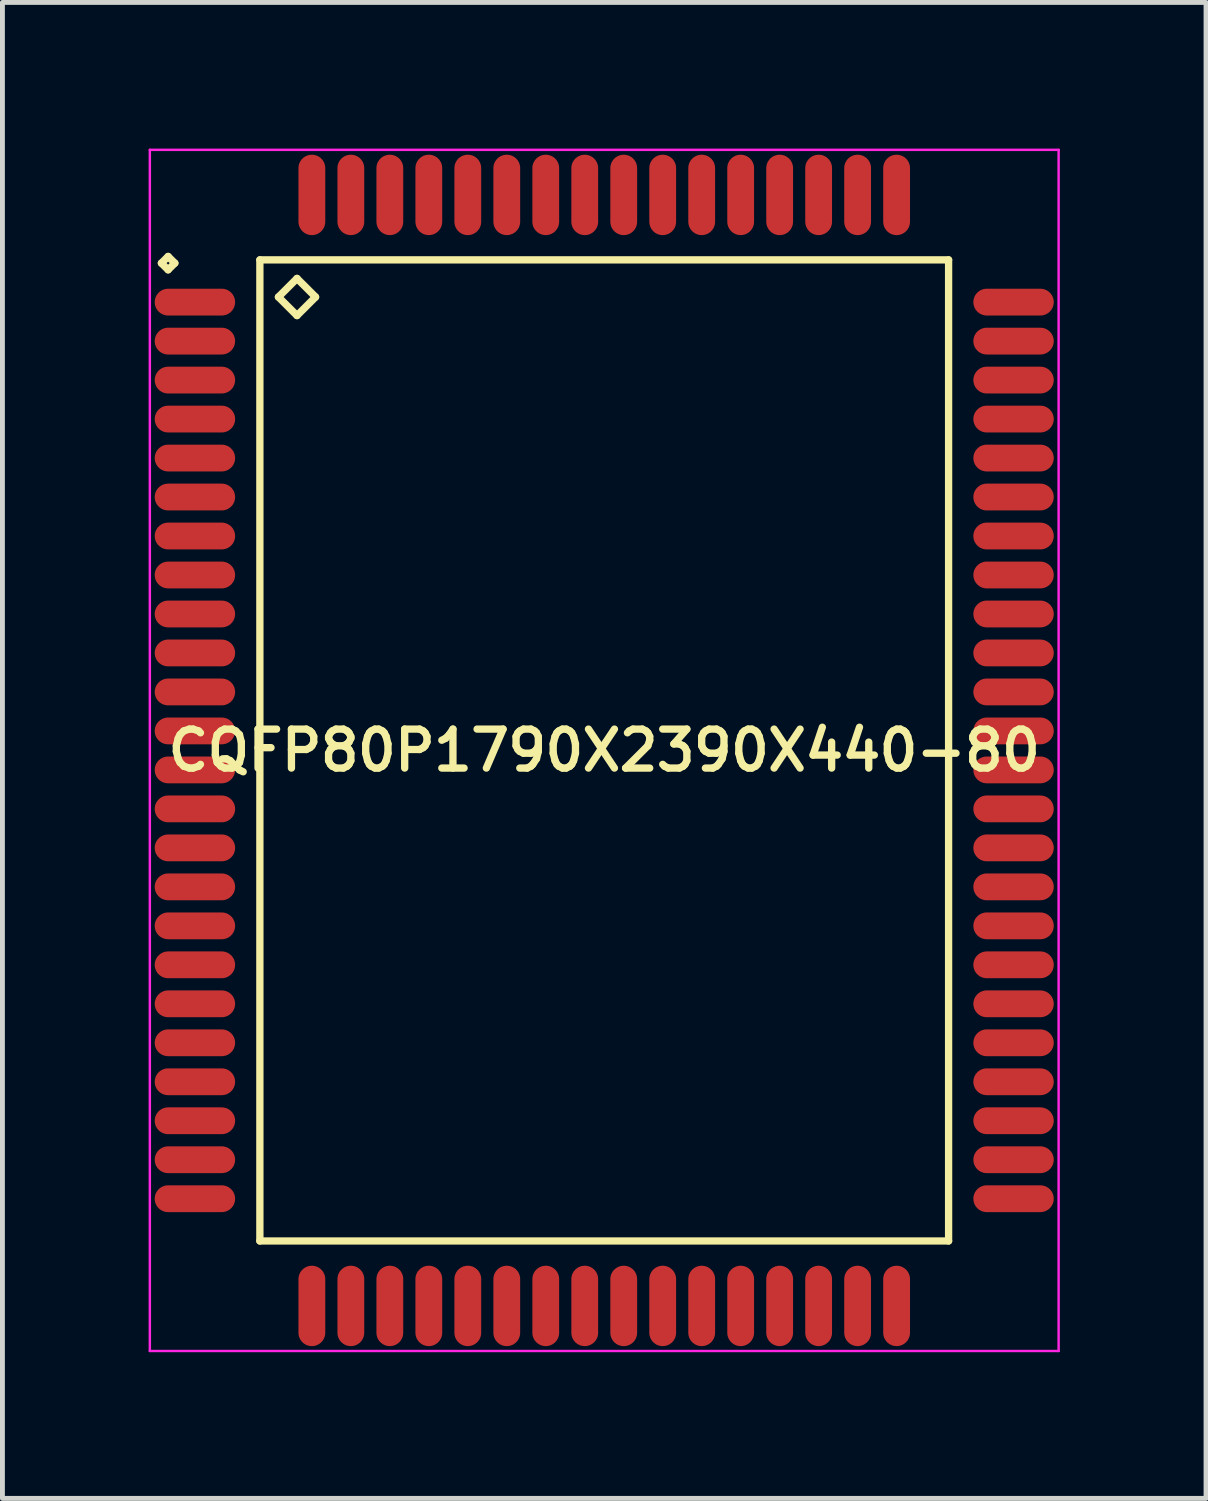
<source format=kicad_pcb>
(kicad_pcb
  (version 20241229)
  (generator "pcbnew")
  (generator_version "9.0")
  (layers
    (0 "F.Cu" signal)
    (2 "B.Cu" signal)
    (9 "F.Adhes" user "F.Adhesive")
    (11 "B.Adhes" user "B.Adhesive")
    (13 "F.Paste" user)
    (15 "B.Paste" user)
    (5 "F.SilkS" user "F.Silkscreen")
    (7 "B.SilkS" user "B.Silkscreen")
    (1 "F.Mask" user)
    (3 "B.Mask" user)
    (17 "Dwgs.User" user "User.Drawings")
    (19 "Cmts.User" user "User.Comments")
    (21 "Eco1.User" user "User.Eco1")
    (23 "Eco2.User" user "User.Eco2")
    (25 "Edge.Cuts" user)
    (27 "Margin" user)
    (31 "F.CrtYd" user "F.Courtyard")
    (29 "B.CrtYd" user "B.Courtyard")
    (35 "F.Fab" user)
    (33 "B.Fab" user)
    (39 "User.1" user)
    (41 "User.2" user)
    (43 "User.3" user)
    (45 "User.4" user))
  (footprint "CQFP80P1790X2390X440-80"
    (layer "F.Cu")
    (at 9.35 12.35)
    (property "Reference" "CQFP80P1790X2390X440-80" (at 0 0 0) (layer "F.SilkS") (effects (font (size 0.8 0.8) (thickness 0.15))))
    (attr smd)
    (fp_line (start -9.088 -10) (end -8.95 -10.137) (stroke (width 0.15) (type solid)) (layer "F.SilkS"))
    (fp_line (start -8.95 -10.137) (end -8.812 -10) (stroke (width 0.15) (type solid)) (layer "F.SilkS"))
    (fp_line (start -8.95 -9.863) (end -9.088 -10) (stroke (width 0.15) (type solid)) (layer "F.SilkS"))
    (fp_line (start -8.812 -10) (end -8.95 -9.863) (stroke (width 0.15) (type solid)) (layer "F.SilkS"))
    (fp_line (start -7.067 -10.067) (end -7.067 10.067) (stroke (width 0.15) (type solid)) (layer "F.SilkS"))
    (fp_line (start -7.067 10.067) (end 7.067 10.067) (stroke (width 0.15) (type solid)) (layer "F.SilkS"))
    (fp_line (start -6.686 -9.305) (end -6.305 -9.686) (stroke (width 0.15) (type solid)) (layer "F.SilkS"))
    (fp_line (start -6.305 -9.686) (end -5.924 -9.305) (stroke (width 0.15) (type solid)) (layer "F.SilkS"))
    (fp_line (start -6.305 -8.924) (end -6.686 -9.305) (stroke (width 0.15) (type solid)) (layer "F.SilkS"))
    (fp_line (start -5.924 -9.305) (end -6.305 -8.924) (stroke (width 0.15) (type solid)) (layer "F.SilkS"))
    (fp_line (start 7.067 -10.067) (end -7.067 -10.067) (stroke (width 0.15) (type solid)) (layer "F.SilkS"))
    (fp_line (start 7.067 10.067) (end 7.067 -10.067) (stroke (width 0.15) (type solid)) (layer "F.SilkS"))
    (fp_line (start -9.325 -12.325) (end 9.325 -12.325) (stroke (width 0.05) (type solid)) (layer "F.CrtYd"))
    (fp_line (start -9.325 12.325) (end -9.325 -12.325) (stroke (width 0.05) (type solid)) (layer "F.CrtYd"))
    (fp_line (start 9.325 -12.325) (end 9.325 12.325) (stroke (width 0.05) (type solid)) (layer "F.CrtYd"))
    (fp_line (start 9.325 12.325) (end -9.325 12.325) (stroke (width 0.05) (type solid)) (layer "F.CrtYd"))
    (pad "1" smd oval (at -8.4 -9.2) (size 1.65 0.55) (layers "F.Cu" "F.Mask" "F.Paste"))
    (pad "2" smd oval (at -8.4 -8.4) (size 1.65 0.55) (layers "F.Cu" "F.Mask" "F.Paste"))
    (pad "3" smd oval (at -8.4 -7.6) (size 1.65 0.55) (layers "F.Cu" "F.Mask" "F.Paste"))
    (pad "4" smd oval (at -8.4 -6.8) (size 1.65 0.55) (layers "F.Cu" "F.Mask" "F.Paste"))
    (pad "5" smd oval (at -8.4 -6) (size 1.65 0.55) (layers "F.Cu" "F.Mask" "F.Paste"))
    (pad "6" smd oval (at -8.4 -5.2) (size 1.65 0.55) (layers "F.Cu" "F.Mask" "F.Paste"))
    (pad "7" smd oval (at -8.4 -4.4) (size 1.65 0.55) (layers "F.Cu" "F.Mask" "F.Paste"))
    (pad "8" smd oval (at -8.4 -3.6) (size 1.65 0.55) (layers "F.Cu" "F.Mask" "F.Paste"))
    (pad "9" smd oval (at -8.4 -2.8) (size 1.65 0.55) (layers "F.Cu" "F.Mask" "F.Paste"))
    (pad "10" smd oval (at -8.4 -2) (size 1.65 0.55) (layers "F.Cu" "F.Mask" "F.Paste"))
    (pad "11" smd oval (at -8.4 -1.2) (size 1.65 0.55) (layers "F.Cu" "F.Mask" "F.Paste"))
    (pad "12" smd oval (at -8.4 -0.4) (size 1.65 0.55) (layers "F.Cu" "F.Mask" "F.Paste"))
    (pad "13" smd oval (at -8.4 0.4) (size 1.65 0.55) (layers "F.Cu" "F.Mask" "F.Paste"))
    (pad "14" smd oval (at -8.4 1.2) (size 1.65 0.55) (layers "F.Cu" "F.Mask" "F.Paste"))
    (pad "15" smd oval (at -8.4 2) (size 1.65 0.55) (layers "F.Cu" "F.Mask" "F.Paste"))
    (pad "16" smd oval (at -8.4 2.8) (size 1.65 0.55) (layers "F.Cu" "F.Mask" "F.Paste"))
    (pad "17" smd oval (at -8.4 3.6) (size 1.65 0.55) (layers "F.Cu" "F.Mask" "F.Paste"))
    (pad "18" smd oval (at -8.4 4.4) (size 1.65 0.55) (layers "F.Cu" "F.Mask" "F.Paste"))
    (pad "19" smd oval (at -8.4 5.2) (size 1.65 0.55) (layers "F.Cu" "F.Mask" "F.Paste"))
    (pad "20" smd oval (at -8.4 6) (size 1.65 0.55) (layers "F.Cu" "F.Mask" "F.Paste"))
    (pad "21" smd oval (at -8.4 6.8) (size 1.65 0.55) (layers "F.Cu" "F.Mask" "F.Paste"))
    (pad "22" smd oval (at -8.4 7.6) (size 1.65 0.55) (layers "F.Cu" "F.Mask" "F.Paste"))
    (pad "23" smd oval (at -8.4 8.4) (size 1.65 0.55) (layers "F.Cu" "F.Mask" "F.Paste"))
    (pad "24" smd oval (at -8.4 9.2) (size 1.65 0.55) (layers "F.Cu" "F.Mask" "F.Paste"))
    (pad "25" smd oval (at -6 11.4) (size 0.55 1.65) (layers "F.Cu" "F.Mask" "F.Paste"))
    (pad "26" smd oval (at -5.2 11.4) (size 0.55 1.65) (layers "F.Cu" "F.Mask" "F.Paste"))
    (pad "27" smd oval (at -4.4 11.4) (size 0.55 1.65) (layers "F.Cu" "F.Mask" "F.Paste"))
    (pad "28" smd oval (at -3.6 11.4) (size 0.55 1.65) (layers "F.Cu" "F.Mask" "F.Paste"))
    (pad "29" smd oval (at -2.8 11.4) (size 0.55 1.65) (layers "F.Cu" "F.Mask" "F.Paste"))
    (pad "30" smd oval (at -2 11.4) (size 0.55 1.65) (layers "F.Cu" "F.Mask" "F.Paste"))
    (pad "31" smd oval (at -1.2 11.4) (size 0.55 1.65) (layers "F.Cu" "F.Mask" "F.Paste"))
    (pad "32" smd oval (at -0.4 11.4) (size 0.55 1.65) (layers "F.Cu" "F.Mask" "F.Paste"))
    (pad "33" smd oval (at 0.4 11.4) (size 0.55 1.65) (layers "F.Cu" "F.Mask" "F.Paste"))
    (pad "34" smd oval (at 1.2 11.4) (size 0.55 1.65) (layers "F.Cu" "F.Mask" "F.Paste"))
    (pad "35" smd oval (at 2 11.4) (size 0.55 1.65) (layers "F.Cu" "F.Mask" "F.Paste"))
    (pad "36" smd oval (at 2.8 11.4) (size 0.55 1.65) (layers "F.Cu" "F.Mask" "F.Paste"))
    (pad "37" smd oval (at 3.6 11.4) (size 0.55 1.65) (layers "F.Cu" "F.Mask" "F.Paste"))
    (pad "38" smd oval (at 4.4 11.4) (size 0.55 1.65) (layers "F.Cu" "F.Mask" "F.Paste"))
    (pad "39" smd oval (at 5.2 11.4) (size 0.55 1.65) (layers "F.Cu" "F.Mask" "F.Paste"))
    (pad "40" smd oval (at 6 11.4) (size 0.55 1.65) (layers "F.Cu" "F.Mask" "F.Paste"))
    (pad "41" smd oval (at 8.4 9.2) (size 1.65 0.55) (layers "F.Cu" "F.Mask" "F.Paste"))
    (pad "42" smd oval (at 8.4 8.4) (size 1.65 0.55) (layers "F.Cu" "F.Mask" "F.Paste"))
    (pad "43" smd oval (at 8.4 7.6) (size 1.65 0.55) (layers "F.Cu" "F.Mask" "F.Paste"))
    (pad "44" smd oval (at 8.4 6.8) (size 1.65 0.55) (layers "F.Cu" "F.Mask" "F.Paste"))
    (pad "45" smd oval (at 8.4 6) (size 1.65 0.55) (layers "F.Cu" "F.Mask" "F.Paste"))
    (pad "46" smd oval (at 8.4 5.2) (size 1.65 0.55) (layers "F.Cu" "F.Mask" "F.Paste"))
    (pad "47" smd oval (at 8.4 4.4) (size 1.65 0.55) (layers "F.Cu" "F.Mask" "F.Paste"))
    (pad "48" smd oval (at 8.4 3.6) (size 1.65 0.55) (layers "F.Cu" "F.Mask" "F.Paste"))
    (pad "49" smd oval (at 8.4 2.8) (size 1.65 0.55) (layers "F.Cu" "F.Mask" "F.Paste"))
    (pad "50" smd oval (at 8.4 2) (size 1.65 0.55) (layers "F.Cu" "F.Mask" "F.Paste"))
    (pad "51" smd oval (at 8.4 1.2) (size 1.65 0.55) (layers "F.Cu" "F.Mask" "F.Paste"))
    (pad "52" smd oval (at 8.4 0.4) (size 1.65 0.55) (layers "F.Cu" "F.Mask" "F.Paste"))
    (pad "53" smd oval (at 8.4 -0.4) (size 1.65 0.55) (layers "F.Cu" "F.Mask" "F.Paste"))
    (pad "54" smd oval (at 8.4 -1.2) (size 1.65 0.55) (layers "F.Cu" "F.Mask" "F.Paste"))
    (pad "55" smd oval (at 8.4 -2) (size 1.65 0.55) (layers "F.Cu" "F.Mask" "F.Paste"))
    (pad "56" smd oval (at 8.4 -2.8) (size 1.65 0.55) (layers "F.Cu" "F.Mask" "F.Paste"))
    (pad "57" smd oval (at 8.4 -3.6) (size 1.65 0.55) (layers "F.Cu" "F.Mask" "F.Paste"))
    (pad "58" smd oval (at 8.4 -4.4) (size 1.65 0.55) (layers "F.Cu" "F.Mask" "F.Paste"))
    (pad "59" smd oval (at 8.4 -5.2) (size 1.65 0.55) (layers "F.Cu" "F.Mask" "F.Paste"))
    (pad "60" smd oval (at 8.4 -6) (size 1.65 0.55) (layers "F.Cu" "F.Mask" "F.Paste"))
    (pad "61" smd oval (at 8.4 -6.8) (size 1.65 0.55) (layers "F.Cu" "F.Mask" "F.Paste"))
    (pad "62" smd oval (at 8.4 -7.6) (size 1.65 0.55) (layers "F.Cu" "F.Mask" "F.Paste"))
    (pad "63" smd oval (at 8.4 -8.4) (size 1.65 0.55) (layers "F.Cu" "F.Mask" "F.Paste"))
    (pad "64" smd oval (at 8.4 -9.2) (size 1.65 0.55) (layers "F.Cu" "F.Mask" "F.Paste"))
    (pad "65" smd oval (at 6 -11.4) (size 0.55 1.65) (layers "F.Cu" "F.Mask" "F.Paste"))
    (pad "66" smd oval (at 5.2 -11.4) (size 0.55 1.65) (layers "F.Cu" "F.Mask" "F.Paste"))
    (pad "67" smd oval (at 4.4 -11.4) (size 0.55 1.65) (layers "F.Cu" "F.Mask" "F.Paste"))
    (pad "68" smd oval (at 3.6 -11.4) (size 0.55 1.65) (layers "F.Cu" "F.Mask" "F.Paste"))
    (pad "69" smd oval (at 2.8 -11.4) (size 0.55 1.65) (layers "F.Cu" "F.Mask" "F.Paste"))
    (pad "70" smd oval (at 2 -11.4) (size 0.55 1.65) (layers "F.Cu" "F.Mask" "F.Paste"))
    (pad "71" smd oval (at 1.2 -11.4) (size 0.55 1.65) (layers "F.Cu" "F.Mask" "F.Paste"))
    (pad "72" smd oval (at 0.4 -11.4) (size 0.55 1.65) (layers "F.Cu" "F.Mask" "F.Paste"))
    (pad "73" smd oval (at -0.4 -11.4) (size 0.55 1.65) (layers "F.Cu" "F.Mask" "F.Paste"))
    (pad "74" smd oval (at -1.2 -11.4) (size 0.55 1.65) (layers "F.Cu" "F.Mask" "F.Paste"))
    (pad "75" smd oval (at -2 -11.4) (size 0.55 1.65) (layers "F.Cu" "F.Mask" "F.Paste"))
    (pad "76" smd oval (at -2.8 -11.4) (size 0.55 1.65) (layers "F.Cu" "F.Mask" "F.Paste"))
    (pad "77" smd oval (at -3.6 -11.4) (size 0.55 1.65) (layers "F.Cu" "F.Mask" "F.Paste"))
    (pad "78" smd oval (at -4.4 -11.4) (size 0.55 1.65) (layers "F.Cu" "F.Mask" "F.Paste"))
    (pad "79" smd oval (at -5.2 -11.4) (size 0.55 1.65) (layers "F.Cu" "F.Mask" "F.Paste"))
    (pad "80" smd oval (at -6 -11.4) (size 0.55 1.65) (layers "F.Cu" "F.Mask" "F.Paste")))
  (gr_rect
    (start -3 -3)
    (end 21.7 27.7)
    (stroke (width 0.1) (type default))
    (fill no)
    (layer "Edge.Cuts")))
</source>
